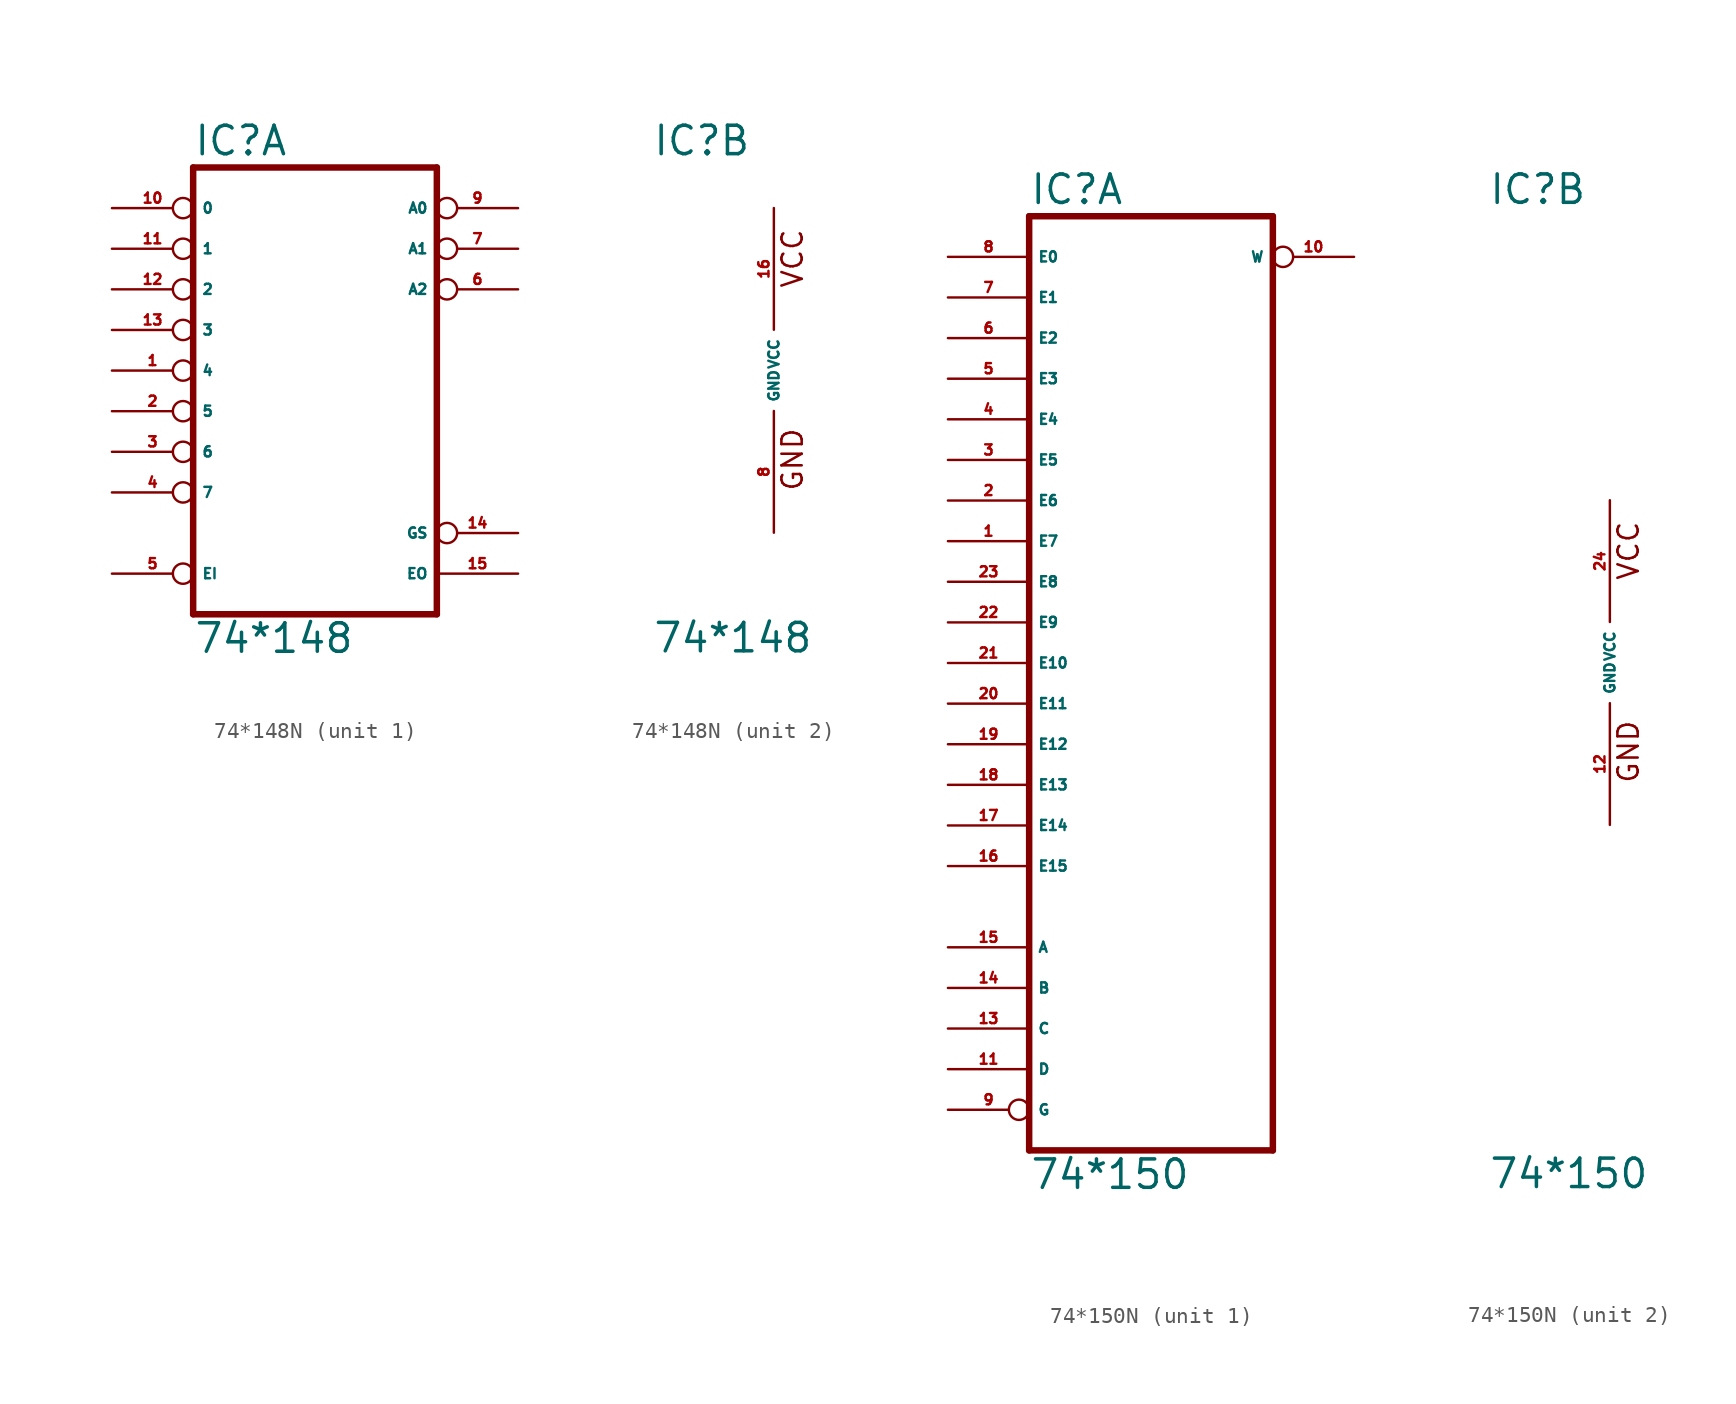
<source format=kicad_sym>
(kicad_symbol_lib
  (version 20220914)
  (generator Eagle2Kicad)
  (symbol "74*148N"
    (property "Reference" "IC"
      (at -7.62 13.335 0)
      (effects (font (size 1.778 1.778) (thickness 0.22)) (justify left bottom)))
    (property "Value" "74*148"
      (at -7.62 -17.78 0)
      (effects (font (size 1.778 1.778) (thickness 0.22)) (justify left bottom)))
    (symbol "74*148N_1_0"
      (polyline (pts (xy -7.62 -15.24) (xy 7.62 -15.24)) (stroke (width 0.406) (type default)) (fill (type none)))
      (polyline (pts (xy 7.62 -15.24) (xy 7.62 12.7)) (stroke (width 0.406) (type default)) (fill (type none)))
      (polyline (pts (xy 7.62 12.7) (xy -7.62 12.7)) (stroke (width 0.406) (type default)) (fill (type none)))
      (polyline (pts (xy -7.62 12.7) (xy -7.62 -15.24)) (stroke (width 0.406) (type default)) (fill (type none)))
      (pin input inverted (at -12.7 0 0) (length 5.08) (name "4" (effects (font (size 0.635 0.635) (thickness 0.08)) (justify left bottom))) (number "1" (effects (font (size 0.635 0.635) (thickness 0.08)) (justify left bottom))))
      (pin input inverted (at -12.7 -2.54 0) (length 5.08) (name "5" (effects (font (size 0.635 0.635) (thickness 0.08)) (justify left bottom))) (number "2" (effects (font (size 0.635 0.635) (thickness 0.08)) (justify left bottom))))
      (pin input inverted (at -12.7 -5.08 0) (length 5.08) (name "6" (effects (font (size 0.635 0.635) (thickness 0.08)) (justify left bottom))) (number "3" (effects (font (size 0.635 0.635) (thickness 0.08)) (justify left bottom))))
      (pin input inverted (at -12.7 -7.62 0) (length 5.08) (name "7" (effects (font (size 0.635 0.635) (thickness 0.08)) (justify left bottom))) (number "4" (effects (font (size 0.635 0.635) (thickness 0.08)) (justify left bottom))))
      (pin input inverted (at -12.7 -12.7 0) (length 5.08) (name "EI" (effects (font (size 0.635 0.635) (thickness 0.08)) (justify left bottom))) (number "5" (effects (font (size 0.635 0.635) (thickness 0.08)) (justify left bottom))))
      (pin output inverted (at 12.7 5.08 180) (length 5.08) (name "A2" (effects (font (size 0.635 0.635) (thickness 0.08)) (justify left bottom))) (number "6" (effects (font (size 0.635 0.635) (thickness 0.08)) (justify left bottom))))
      (pin output inverted (at 12.7 7.62 180) (length 5.08) (name "A1" (effects (font (size 0.635 0.635) (thickness 0.08)) (justify left bottom))) (number "7" (effects (font (size 0.635 0.635) (thickness 0.08)) (justify left bottom))))
      (pin output inverted (at 12.7 10.16 180) (length 5.08) (name "A0" (effects (font (size 0.635 0.635) (thickness 0.08)) (justify left bottom))) (number "9" (effects (font (size 0.635 0.635) (thickness 0.08)) (justify left bottom))))
      (pin input inverted (at -12.7 10.16 0) (length 5.08) (name "0" (effects (font (size 0.635 0.635) (thickness 0.08)) (justify left bottom))) (number "10" (effects (font (size 0.635 0.635) (thickness 0.08)) (justify left bottom))))
      (pin input inverted (at -12.7 7.62 0) (length 5.08) (name "1" (effects (font (size 0.635 0.635) (thickness 0.08)) (justify left bottom))) (number "11" (effects (font (size 0.635 0.635) (thickness 0.08)) (justify left bottom))))
      (pin input inverted (at -12.7 5.08 0) (length 5.08) (name "2" (effects (font (size 0.635 0.635) (thickness 0.08)) (justify left bottom))) (number "12" (effects (font (size 0.635 0.635) (thickness 0.08)) (justify left bottom))))
      (pin input inverted (at -12.7 2.54 0) (length 5.08) (name "3" (effects (font (size 0.635 0.635) (thickness 0.08)) (justify left bottom))) (number "13" (effects (font (size 0.635 0.635) (thickness 0.08)) (justify left bottom))))
      (pin output inverted (at 12.7 -10.16 180) (length 5.08) (name "GS" (effects (font (size 0.635 0.635) (thickness 0.08)) (justify left bottom))) (number "14" (effects (font (size 0.635 0.635) (thickness 0.08)) (justify left bottom))))
      (pin output line (at 12.7 -12.7 180) (length 5.08) (name "EO" (effects (font (size 0.635 0.635) (thickness 0.08)) (justify left bottom))) (number "15" (effects (font (size 0.635 0.635) (thickness 0.08)) (justify left bottom)))))
    (symbol "74*148N_2_0"
      (text "GND" (at 1.905 -7.62 900) (effects (font (size 1.27 1.27) (thickness 0.16)) (justify left bottom)))
      (text "VCC" (at 1.905 5.08 900) (effects (font (size 1.27 1.27) (thickness 0.16)) (justify left bottom)))
      (pin unspecified line (at 0 -10.16 90) (length 7.62) (name "GND" (effects (font (size 0.635 0.635) (thickness 0.08)) (justify left bottom))) (number "8" (effects (font (size 0.635 0.635) (thickness 0.08)) (justify left bottom))))
      (pin unspecified line (at 0 10.16 270) (length 7.62) (name "VCC" (effects (font (size 0.635 0.635) (thickness 0.08)) (justify left bottom))) (number "16" (effects (font (size 0.635 0.635) (thickness 0.08)) (justify left bottom))))))
  (symbol "74*150N"
    (property "Reference" "IC"
      (at -7.62 28.575 0)
      (effects (font (size 1.778 1.778) (thickness 0.22)) (justify left bottom)))
    (property "Value" "74*150"
      (at -7.62 -33.02 0)
      (effects (font (size 1.778 1.778) (thickness 0.22)) (justify left bottom)))
    (symbol "74*150N_1_0"
      (polyline (pts (xy -7.62 -30.48) (xy 7.62 -30.48)) (stroke (width 0.406) (type default)) (fill (type none)))
      (polyline (pts (xy 7.62 -30.48) (xy 7.62 27.94)) (stroke (width 0.406) (type default)) (fill (type none)))
      (polyline (pts (xy 7.62 27.94) (xy -7.62 27.94)) (stroke (width 0.406) (type default)) (fill (type none)))
      (polyline (pts (xy -7.62 27.94) (xy -7.62 -30.48)) (stroke (width 0.406) (type default)) (fill (type none)))
      (pin input line (at -12.7 7.62 0) (length 5.08) (name "E7" (effects (font (size 0.635 0.635) (thickness 0.08)) (justify left bottom))) (number "1" (effects (font (size 0.635 0.635) (thickness 0.08)) (justify left bottom))))
      (pin input line (at -12.7 10.16 0) (length 5.08) (name "E6" (effects (font (size 0.635 0.635) (thickness 0.08)) (justify left bottom))) (number "2" (effects (font (size 0.635 0.635) (thickness 0.08)) (justify left bottom))))
      (pin input line (at -12.7 12.7 0) (length 5.08) (name "E5" (effects (font (size 0.635 0.635) (thickness 0.08)) (justify left bottom))) (number "3" (effects (font (size 0.635 0.635) (thickness 0.08)) (justify left bottom))))
      (pin input line (at -12.7 15.24 0) (length 5.08) (name "E4" (effects (font (size 0.635 0.635) (thickness 0.08)) (justify left bottom))) (number "4" (effects (font (size 0.635 0.635) (thickness 0.08)) (justify left bottom))))
      (pin input line (at -12.7 17.78 0) (length 5.08) (name "E3" (effects (font (size 0.635 0.635) (thickness 0.08)) (justify left bottom))) (number "5" (effects (font (size 0.635 0.635) (thickness 0.08)) (justify left bottom))))
      (pin input line (at -12.7 20.32 0) (length 5.08) (name "E2" (effects (font (size 0.635 0.635) (thickness 0.08)) (justify left bottom))) (number "6" (effects (font (size 0.635 0.635) (thickness 0.08)) (justify left bottom))))
      (pin input line (at -12.7 22.86 0) (length 5.08) (name "E1" (effects (font (size 0.635 0.635) (thickness 0.08)) (justify left bottom))) (number "7" (effects (font (size 0.635 0.635) (thickness 0.08)) (justify left bottom))))
      (pin input line (at -12.7 25.4 0) (length 5.08) (name "E0" (effects (font (size 0.635 0.635) (thickness 0.08)) (justify left bottom))) (number "8" (effects (font (size 0.635 0.635) (thickness 0.08)) (justify left bottom))))
      (pin input inverted (at -12.7 -27.94 0) (length 5.08) (name "G" (effects (font (size 0.635 0.635) (thickness 0.08)) (justify left bottom))) (number "9" (effects (font (size 0.635 0.635) (thickness 0.08)) (justify left bottom))))
      (pin output inverted (at 12.7 25.4 180) (length 5.08) (name "W" (effects (font (size 0.635 0.635) (thickness 0.08)) (justify left bottom))) (number "10" (effects (font (size 0.635 0.635) (thickness 0.08)) (justify left bottom))))
      (pin input line (at -12.7 -25.4 0) (length 5.08) (name "D" (effects (font (size 0.635 0.635) (thickness 0.08)) (justify left bottom))) (number "11" (effects (font (size 0.635 0.635) (thickness 0.08)) (justify left bottom))))
      (pin input line (at -12.7 -22.86 0) (length 5.08) (name "C" (effects (font (size 0.635 0.635) (thickness 0.08)) (justify left bottom))) (number "13" (effects (font (size 0.635 0.635) (thickness 0.08)) (justify left bottom))))
      (pin input line (at -12.7 -20.32 0) (length 5.08) (name "B" (effects (font (size 0.635 0.635) (thickness 0.08)) (justify left bottom))) (number "14" (effects (font (size 0.635 0.635) (thickness 0.08)) (justify left bottom))))
      (pin input line (at -12.7 -17.78 0) (length 5.08) (name "A" (effects (font (size 0.635 0.635) (thickness 0.08)) (justify left bottom))) (number "15" (effects (font (size 0.635 0.635) (thickness 0.08)) (justify left bottom))))
      (pin input line (at -12.7 -12.7 0) (length 5.08) (name "E15" (effects (font (size 0.635 0.635) (thickness 0.08)) (justify left bottom))) (number "16" (effects (font (size 0.635 0.635) (thickness 0.08)) (justify left bottom))))
      (pin input line (at -12.7 -10.16 0) (length 5.08) (name "E14" (effects (font (size 0.635 0.635) (thickness 0.08)) (justify left bottom))) (number "17" (effects (font (size 0.635 0.635) (thickness 0.08)) (justify left bottom))))
      (pin input line (at -12.7 -7.62 0) (length 5.08) (name "E13" (effects (font (size 0.635 0.635) (thickness 0.08)) (justify left bottom))) (number "18" (effects (font (size 0.635 0.635) (thickness 0.08)) (justify left bottom))))
      (pin input line (at -12.7 -5.08 0) (length 5.08) (name "E12" (effects (font (size 0.635 0.635) (thickness 0.08)) (justify left bottom))) (number "19" (effects (font (size 0.635 0.635) (thickness 0.08)) (justify left bottom))))
      (pin input line (at -12.7 -2.54 0) (length 5.08) (name "E11" (effects (font (size 0.635 0.635) (thickness 0.08)) (justify left bottom))) (number "20" (effects (font (size 0.635 0.635) (thickness 0.08)) (justify left bottom))))
      (pin input line (at -12.7 0 0) (length 5.08) (name "E10" (effects (font (size 0.635 0.635) (thickness 0.08)) (justify left bottom))) (number "21" (effects (font (size 0.635 0.635) (thickness 0.08)) (justify left bottom))))
      (pin input line (at -12.7 2.54 0) (length 5.08) (name "E9" (effects (font (size 0.635 0.635) (thickness 0.08)) (justify left bottom))) (number "22" (effects (font (size 0.635 0.635) (thickness 0.08)) (justify left bottom))))
      (pin input line (at -12.7 5.08 0) (length 5.08) (name "E8" (effects (font (size 0.635 0.635) (thickness 0.08)) (justify left bottom))) (number "23" (effects (font (size 0.635 0.635) (thickness 0.08)) (justify left bottom)))))
    (symbol "74*150N_2_0"
      (text "GND" (at 1.905 -7.62 900) (effects (font (size 1.27 1.27) (thickness 0.16)) (justify left bottom)))
      (text "VCC" (at 1.905 5.08 900) (effects (font (size 1.27 1.27) (thickness 0.16)) (justify left bottom)))
      (pin unspecified line (at 0 -10.16 90) (length 7.62) (name "GND" (effects (font (size 0.635 0.635) (thickness 0.08)) (justify left bottom))) (number "12" (effects (font (size 0.635 0.635) (thickness 0.08)) (justify left bottom))))
      (pin unspecified line (at 0 10.16 270) (length 7.62) (name "VCC" (effects (font (size 0.635 0.635) (thickness 0.08)) (justify left bottom))) (number "24" (effects (font (size 0.635 0.635) (thickness 0.08)) (justify left bottom)))))))
</source>
